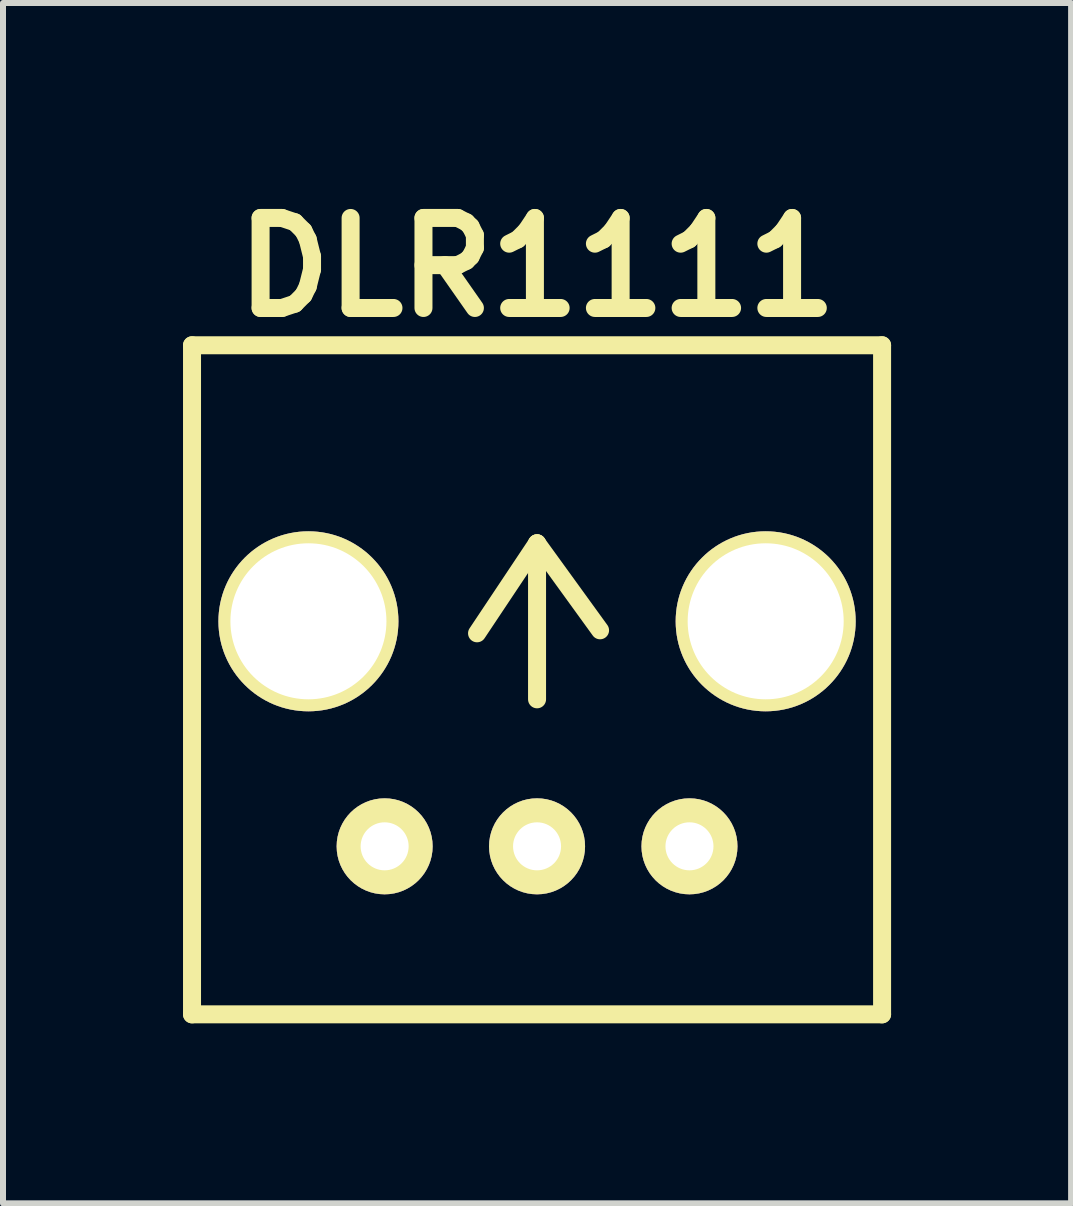
<source format=kicad_pcb>
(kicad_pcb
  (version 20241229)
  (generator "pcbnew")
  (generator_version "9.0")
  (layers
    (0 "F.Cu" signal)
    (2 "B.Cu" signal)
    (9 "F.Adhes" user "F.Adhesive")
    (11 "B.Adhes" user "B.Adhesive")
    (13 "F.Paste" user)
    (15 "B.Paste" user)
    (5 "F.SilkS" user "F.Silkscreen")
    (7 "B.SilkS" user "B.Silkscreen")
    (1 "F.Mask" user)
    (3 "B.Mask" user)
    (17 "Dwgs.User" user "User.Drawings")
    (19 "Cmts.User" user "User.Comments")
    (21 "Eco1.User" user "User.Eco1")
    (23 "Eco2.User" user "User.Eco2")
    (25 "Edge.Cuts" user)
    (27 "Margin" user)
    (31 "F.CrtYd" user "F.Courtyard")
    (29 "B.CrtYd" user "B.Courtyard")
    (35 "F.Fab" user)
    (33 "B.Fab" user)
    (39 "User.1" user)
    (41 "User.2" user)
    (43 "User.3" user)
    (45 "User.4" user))
  (footprint "DLR1111"
    (layer "F.Cu")
    (at 5.9 11.054)
    (property "Reference" "DLR1111" (at 0 -9.65 0) (layer "F.SilkS") (effects (font (size 1.5 1.5) (thickness 0.3))))
    (attr through_hole)
    (fp_line (start -5.75 -8.35) (end 5.75 -8.35) (stroke (width 0.3) (type solid)) (layer "F.SilkS"))
    (fp_line (start -5.75 2.8) (end -5.75 -8.35) (stroke (width 0.3) (type solid)) (layer "F.SilkS"))
    (fp_line (start -5.75 2.8) (end 5.75 2.8) (stroke (width 0.3) (type solid)) (layer "F.SilkS"))
    (fp_line (start 0 -5.05) (end -1 -3.55) (stroke (width 0.3) (type solid)) (layer "F.SilkS"))
    (fp_line (start 0 -5.05) (end 1.05 -3.6) (stroke (width 0.3) (type solid)) (layer "F.SilkS"))
    (fp_line (start 0 -2.45) (end 0 -5.05) (stroke (width 0.3) (type solid)) (layer "F.SilkS"))
    (fp_line (start 5.75 2.8) (end 5.75 -8.35) (stroke (width 0.3) (type solid)) (layer "F.SilkS"))
    (pad "1" thru_hole circle (at -2.54 0) (size 1.6 1.6) (drill 0.8) (layers "*.Cu" "*.Mask" "F.SilkS"))
    (pad "2" thru_hole circle (at -3.81 -3.75) (size 3 3) (drill 2.6) (layers "*.Cu" "*.Mask" "F.SilkS"))
    (pad "2" thru_hole circle (at 0 0) (size 1.6 1.6) (drill 0.8) (layers "*.Cu" "*.Mask" "F.SilkS"))
    (pad "2" thru_hole circle (at 3.81 -3.75) (size 3 3) (drill 2.6) (layers "*.Cu" "*.Mask" "F.SilkS"))
    (pad "3" thru_hole circle (at 2.54 0) (size 1.6 1.6) (drill 0.8) (layers "*.Cu" "*.Mask" "F.SilkS")))
  (gr_rect
    (start -3 -3)
    (end 14.8 17.004)
    (stroke (width 0.1) (type default))
    (fill no)
    (layer "Edge.Cuts")))
</source>
